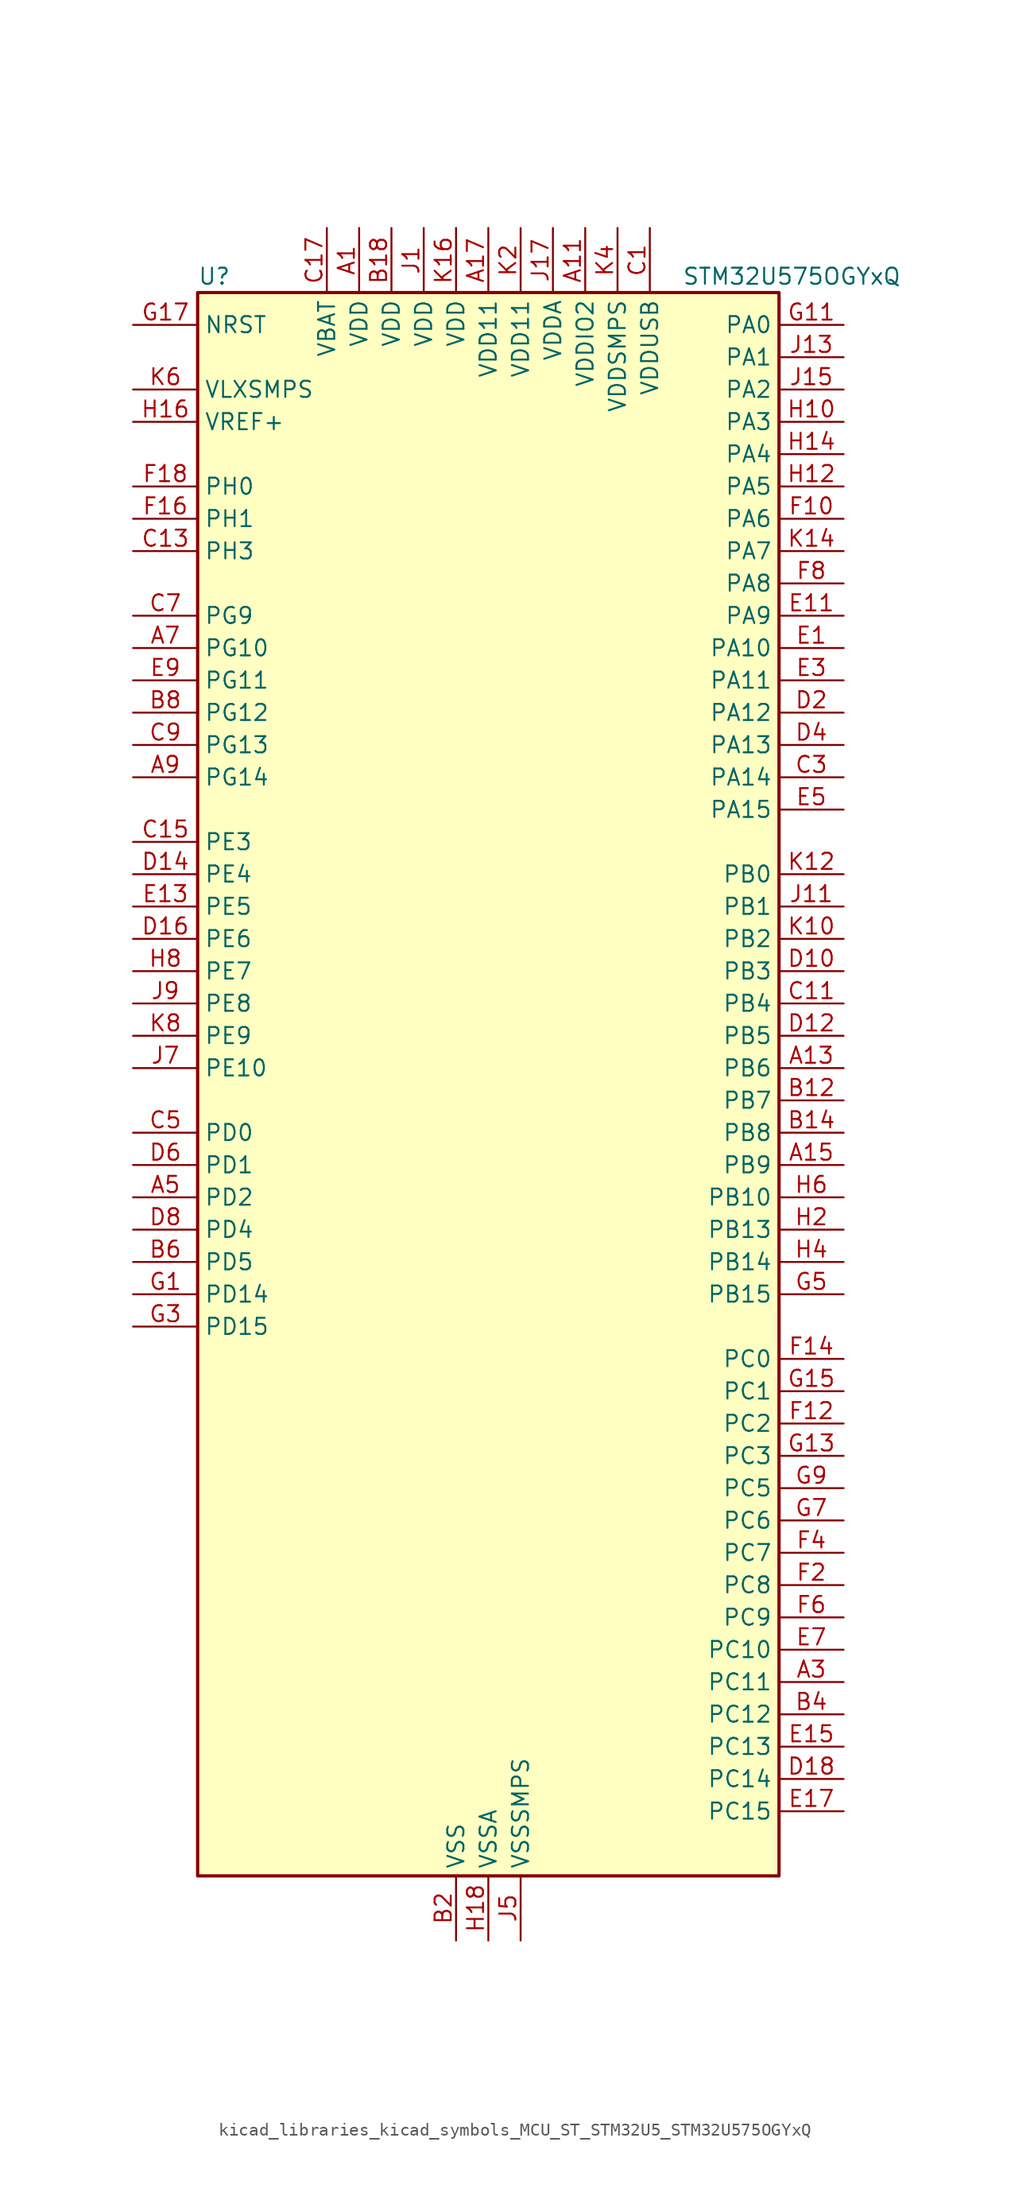
<source format=kicad_sym>
(kicad_symbol_lib
  (version 20220914)
  (generator kicad_symbol_editor)
  (symbol "kicad_libraries_kicad_symbols_MCU_ST_STM32U5_STM32U575OGYxQ"
    (property "Reference" "U"
      (at -22.86 64.77 0)
      (effects (font (size 1.27 1.27)) (justify left)))
    (property "Value" "STM32U575OGYxQ"
      (at 15.24 64.77 0)
      (effects (font (size 1.27 1.27)) (justify left)))
    (property "ki_locked" ""
      (at 0 0 0)
      (effects (font (size 1.27 1.27))))
    (symbol "kicad_libraries_kicad_symbols_MCU_ST_STM32U5_STM32U575OGYxQ_0_1"
      (rectangle (start -22.86 -60.96) (end 22.86 63.5) (stroke (width 0.254) (type default)) (fill (type background))))
    (symbol "kicad_libraries_kicad_symbols_MCU_ST_STM32U5_STM32U575OGYxQ_1_1"
      (pin power_in line (at -10.16 68.58 270) (length 5.08) (name "VDD" (effects (font (size 1.27 1.27)))) (number "A1" (effects (font (size 1.27 1.27)))))
      (pin power_in line (at 7.62 68.58 270) (length 5.08) (name "VDDIO2" (effects (font (size 1.27 1.27)))) (number "A11" (effects (font (size 1.27 1.27)))))
      (pin bidirectional line (at 27.94 2.54 180) (length 5.08) (name "PB6" (effects (font (size 1.27 1.27)))) (number "A13" (effects (font (size 1.27 1.27)))) (alternate "COMP2_INP" bidirectional line) (alternate "DCMI_D5" bidirectional line) (alternate "I2C1_SCL" bidirectional line) (alternate "I2C4_SCL" bidirectional line) (alternate "LPTIM1_ETR" bidirectional line) (alternate "MDF1_SDI5" bidirectional line) (alternate "PSSI_D5" bidirectional line) (alternate "PWR_WKUP3" bidirectional line) (alternate "SAI1_FS_B" bidirectional line) (alternate "TIM16_CH1N" bidirectional line) (alternate "TIM4_CH1" bidirectional line) (alternate "TIM8_BKIN2" bidirectional line) (alternate "TSC_G2_IO3" bidirectional line) (alternate "USART1_TX" bidirectional line))
      (pin bidirectional line (at 27.94 -5.08 180) (length 5.08) (name "PB9" (effects (font (size 1.27 1.27)))) (number "A15" (effects (font (size 1.27 1.27)))) (alternate "DAC1_EXTI9" bidirectional line) (alternate "DCMI_D7" bidirectional line) (alternate "FDCAN1_TX" bidirectional line) (alternate "I2C1_SDA" bidirectional line) (alternate "IR_OUT" bidirectional line) (alternate "PSSI_D7" bidirectional line) (alternate "SAI1_D2" bidirectional line) (alternate "SAI1_FS_A" bidirectional line) (alternate "SDMMC1_CDIR" bidirectional line) (alternate "SDMMC1_D5" bidirectional line) (alternate "SDMMC2_D5" bidirectional line) (alternate "SPI2_NSS" bidirectional line) (alternate "TIM17_CH1" bidirectional line) (alternate "TIM4_CH4" bidirectional line))
      (pin power_in line (at 0 68.58 270) (length 5.08) (name "VDD11" (effects (font (size 1.27 1.27)))) (number "A17" (effects (font (size 1.27 1.27)))))
      (pin bidirectional line (at 27.94 -45.72 180) (length 5.08) (name "PC11" (effects (font (size 1.27 1.27)))) (number "A3" (effects (font (size 1.27 1.27)))) (alternate "ADC1_EXTI11" bidirectional line) (alternate "ADF1_SDI0" bidirectional line) (alternate "DCMI_D2" bidirectional line) (alternate "DCMI_D4" bidirectional line) (alternate "LPTIM3_IN1" bidirectional line) (alternate "OCTOSPIM_P1_NCS" bidirectional line) (alternate "PSSI_D2" bidirectional line) (alternate "PSSI_D4" bidirectional line) (alternate "SDMMC1_D3" bidirectional line) (alternate "SPI3_MISO" bidirectional line) (alternate "TSC_G3_IO3" bidirectional line) (alternate "UART4_RX" bidirectional line) (alternate "UCPD1_FRSTX2" bidirectional line) (alternate "USART3_RX" bidirectional line))
      (pin bidirectional line (at -27.94 -7.62 0) (length 5.08) (name "PD2" (effects (font (size 1.27 1.27)))) (number "A5" (effects (font (size 1.27 1.27)))) (alternate "DCMI_D11" bidirectional line) (alternate "DEBUG_TRACED2" bidirectional line) (alternate "LPTIM4_ETR" bidirectional line) (alternate "PSSI_D11" bidirectional line) (alternate "SDMMC1_CMD" bidirectional line) (alternate "TIM3_ETR" bidirectional line) (alternate "TSC_SYNC" bidirectional line) (alternate "UART5_RX" bidirectional line) (alternate "USART3_DE" bidirectional line) (alternate "USART3_RTS" bidirectional line))
      (pin bidirectional line (at -27.94 35.56 0) (length 5.08) (name "PG10" (effects (font (size 1.27 1.27)))) (number "A7" (effects (font (size 1.27 1.27)))) (alternate "FMC_NE3" bidirectional line) (alternate "LPTIM1_IN1" bidirectional line) (alternate "OCTOSPIM_P2_IO7" bidirectional line) (alternate "SPI3_MISO" bidirectional line) (alternate "TIM15_CH1" bidirectional line) (alternate "USART1_RX" bidirectional line))
      (pin bidirectional line (at -27.94 25.4 0) (length 5.08) (name "PG14" (effects (font (size 1.27 1.27)))) (number "A9" (effects (font (size 1.27 1.27)))) (alternate "FMC_A25" bidirectional line) (alternate "I2C1_SCL" bidirectional line) (alternate "LPTIM1_CH2" bidirectional line))
      (pin passive line (at -2.54 -66.04 90) (length 5.08) hide (name "VSS" (effects (font (size 1.27 1.27)))) (number "B10" (effects (font (size 1.27 1.27)))))
      (pin bidirectional line (at 27.94 0 180) (length 5.08) (name "PB7" (effects (font (size 1.27 1.27)))) (number "B12" (effects (font (size 1.27 1.27)))) (alternate "COMP2_INM" bidirectional line) (alternate "DCMI_VSYNC" bidirectional line) (alternate "FMC_NL" bidirectional line) (alternate "I2C1_SDA" bidirectional line) (alternate "I2C4_SDA" bidirectional line) (alternate "LPTIM1_IN2" bidirectional line) (alternate "MDF1_CKI5" bidirectional line) (alternate "PSSI_RDY" bidirectional line) (alternate "PWR_PVD_IN" bidirectional line) (alternate "PWR_WKUP4" bidirectional line) (alternate "TIM17_CH1N" bidirectional line) (alternate "TIM4_CH2" bidirectional line) (alternate "TIM8_BKIN" bidirectional line) (alternate "TSC_G2_IO4" bidirectional line) (alternate "UART4_CTS" bidirectional line) (alternate "USART1_RX" bidirectional line))
      (pin bidirectional line (at 27.94 -2.54 180) (length 5.08) (name "PB8" (effects (font (size 1.27 1.27)))) (number "B14" (effects (font (size 1.27 1.27)))) (alternate "DCMI_D6" bidirectional line) (alternate "FDCAN1_RX" bidirectional line) (alternate "I2C1_SCL" bidirectional line) (alternate "MDF1_CCK0" bidirectional line) (alternate "PSSI_D6" bidirectional line) (alternate "PWR_WKUP5" bidirectional line) (alternate "SAI1_CK1" bidirectional line) (alternate "SAI1_MCLK_A" bidirectional line) (alternate "SDMMC1_CKIN" bidirectional line) (alternate "SDMMC1_D4" bidirectional line) (alternate "SDMMC2_D4" bidirectional line) (alternate "SPI3_RDY" bidirectional line) (alternate "TIM16_CH1" bidirectional line) (alternate "TIM4_CH3" bidirectional line))
      (pin passive line (at -2.54 -66.04 90) (length 5.08) hide (name "VSS" (effects (font (size 1.27 1.27)))) (number "B16" (effects (font (size 1.27 1.27)))))
      (pin power_in line (at -7.62 68.58 270) (length 5.08) (name "VDD" (effects (font (size 1.27 1.27)))) (number "B18" (effects (font (size 1.27 1.27)))))
      (pin power_in line (at -2.54 -66.04 90) (length 5.08) (name "VSS" (effects (font (size 1.27 1.27)))) (number "B2" (effects (font (size 1.27 1.27)))))
      (pin bidirectional line (at 27.94 -48.26 180) (length 5.08) (name "PC12" (effects (font (size 1.27 1.27)))) (number "B4" (effects (font (size 1.27 1.27)))) (alternate "DCMI_D9" bidirectional line) (alternate "DEBUG_TRACED3" bidirectional line) (alternate "PSSI_D9" bidirectional line) (alternate "SDMMC1_CK" bidirectional line) (alternate "SPI3_MOSI" bidirectional line) (alternate "TSC_G3_IO4" bidirectional line) (alternate "UART5_TX" bidirectional line) (alternate "USART3_CK" bidirectional line))
      (pin bidirectional line (at -27.94 -12.7 0) (length 5.08) (name "PD5" (effects (font (size 1.27 1.27)))) (number "B6" (effects (font (size 1.27 1.27)))) (alternate "FMC_NWE" bidirectional line) (alternate "OCTOSPIM_P1_IO5" bidirectional line) (alternate "SPI2_RDY" bidirectional line) (alternate "USART2_TX" bidirectional line))
      (pin bidirectional line (at -27.94 30.48 0) (length 5.08) (name "PG12" (effects (font (size 1.27 1.27)))) (number "B8" (effects (font (size 1.27 1.27)))) (alternate "FMC_NE4" bidirectional line) (alternate "LPTIM1_ETR" bidirectional line) (alternate "OCTOSPIM_P2_NCS" bidirectional line) (alternate "SPI3_NSS" bidirectional line) (alternate "USART1_DE" bidirectional line) (alternate "USART1_RTS" bidirectional line))
      (pin power_in line (at 12.7 68.58 270) (length 5.08) (name "VDDUSB" (effects (font (size 1.27 1.27)))) (number "C1" (effects (font (size 1.27 1.27)))))
      (pin bidirectional line (at 27.94 7.62 180) (length 5.08) (name "PB4" (effects (font (size 1.27 1.27)))) (number "C11" (effects (font (size 1.27 1.27)))) (alternate "ADF1_SDI0" bidirectional line) (alternate "COMP2_INP" bidirectional line) (alternate "DCMI_D12" bidirectional line) (alternate "DEBUG_JTRST" bidirectional line) (alternate "I2C3_SDA" bidirectional line) (alternate "LPTIM1_CH2" bidirectional line) (alternate "PSSI_D12" bidirectional line) (alternate "SAI1_MCLK_B" bidirectional line) (alternate "SDMMC2_D3" bidirectional line) (alternate "SPI1_MISO" bidirectional line) (alternate "SPI3_MISO" bidirectional line) (alternate "TIM17_BKIN" bidirectional line) (alternate "TIM3_CH1" bidirectional line) (alternate "TSC_G2_IO1" bidirectional line) (alternate "UART5_DE" bidirectional line) (alternate "UART5_RTS" bidirectional line) (alternate "USART1_CTS" bidirectional line))
      (pin bidirectional line (at -27.94 43.18 0) (length 5.08) (name "PH3" (effects (font (size 1.27 1.27)))) (number "C13" (effects (font (size 1.27 1.27)))))
      (pin bidirectional line (at -27.94 20.32 0) (length 5.08) (name "PE3" (effects (font (size 1.27 1.27)))) (number "C15" (effects (font (size 1.27 1.27)))) (alternate "DEBUG_TRACED0" bidirectional line) (alternate "FMC_A19" bidirectional line) (alternate "OCTOSPIM_P1_DQS" bidirectional line) (alternate "SAI1_SD_B" bidirectional line) (alternate "TAMP_IN6" bidirectional line) (alternate "TAMP_OUT3" bidirectional line) (alternate "TIM3_CH1" bidirectional line) (alternate "TSC_G7_IO2" bidirectional line))
      (pin power_in line (at -12.7 68.58 270) (length 5.08) (name "VBAT" (effects (font (size 1.27 1.27)))) (number "C17" (effects (font (size 1.27 1.27)))))
      (pin bidirectional line (at 27.94 25.4 180) (length 5.08) (name "PA14" (effects (font (size 1.27 1.27)))) (number "C3" (effects (font (size 1.27 1.27)))) (alternate "DEBUG_JTCK-SWCLK" bidirectional line) (alternate "I2C1_SMBA" bidirectional line) (alternate "I2C4_SMBA" bidirectional line) (alternate "LPTIM1_CH1" bidirectional line) (alternate "SAI1_FS_B" bidirectional line) (alternate "USB_OTG_FS_SOF" bidirectional line))
      (pin bidirectional line (at -27.94 -2.54 0) (length 5.08) (name "PD0" (effects (font (size 1.27 1.27)))) (number "C5" (effects (font (size 1.27 1.27)))) (alternate "FDCAN1_RX" bidirectional line) (alternate "FMC_D2" bidirectional line) (alternate "FMC_DA2" bidirectional line) (alternate "SPI2_NSS" bidirectional line) (alternate "TIM8_CH4N" bidirectional line))
      (pin bidirectional line (at -27.94 38.1 0) (length 5.08) (name "PG9" (effects (font (size 1.27 1.27)))) (number "C7" (effects (font (size 1.27 1.27)))) (alternate "DAC1_EXTI9" bidirectional line) (alternate "FMC_NCE" bidirectional line) (alternate "FMC_NE2" bidirectional line) (alternate "OCTOSPIM_P2_IO6" bidirectional line) (alternate "SPI3_SCK" bidirectional line) (alternate "TIM15_CH1N" bidirectional line) (alternate "USART1_TX" bidirectional line))
      (pin bidirectional line (at -27.94 27.94 0) (length 5.08) (name "PG13" (effects (font (size 1.27 1.27)))) (number "C9" (effects (font (size 1.27 1.27)))) (alternate "FMC_A24" bidirectional line) (alternate "I2C1_SDA" bidirectional line) (alternate "SPI3_RDY" bidirectional line) (alternate "USART1_CK" bidirectional line))
      (pin bidirectional line (at 27.94 10.16 180) (length 5.08) (name "PB3" (effects (font (size 1.27 1.27)))) (number "D10" (effects (font (size 1.27 1.27)))) (alternate "ADF1_CCK0" bidirectional line) (alternate "COMP2_INM" bidirectional line) (alternate "CRS_SYNC" bidirectional line) (alternate "DEBUG_JTDO-SWO" bidirectional line) (alternate "I2C1_SDA" bidirectional line) (alternate "LPTIM1_CH1" bidirectional line) (alternate "SAI1_SCK_B" bidirectional line) (alternate "SDMMC2_D2" bidirectional line) (alternate "SPI1_SCK" bidirectional line) (alternate "SPI3_SCK" bidirectional line) (alternate "TIM2_CH2" bidirectional line) (alternate "USART1_DE" bidirectional line) (alternate "USART1_RTS" bidirectional line))
      (pin bidirectional line (at 27.94 5.08 180) (length 5.08) (name "PB5" (effects (font (size 1.27 1.27)))) (number "D12" (effects (font (size 1.27 1.27)))) (alternate "COMP2_OUT" bidirectional line) (alternate "DCMI_D10" bidirectional line) (alternate "I2C1_SMBA" bidirectional line) (alternate "LPTIM1_IN1" bidirectional line) (alternate "OCTOSPIM_P1_NCLK" bidirectional line) (alternate "PSSI_D10" bidirectional line) (alternate "PWR_WKUP6" bidirectional line) (alternate "SAI1_SD_B" bidirectional line) (alternate "SPI1_MOSI" bidirectional line) (alternate "SPI3_MOSI" bidirectional line) (alternate "TIM16_BKIN" bidirectional line) (alternate "TIM3_CH2" bidirectional line) (alternate "TSC_G2_IO2" bidirectional line) (alternate "UART5_CTS" bidirectional line) (alternate "UCPD1_DBCC1" bidirectional line) (alternate "USART1_CK" bidirectional line))
      (pin bidirectional line (at -27.94 17.78 0) (length 5.08) (name "PE4" (effects (font (size 1.27 1.27)))) (number "D14" (effects (font (size 1.27 1.27)))) (alternate "DCMI_D4" bidirectional line) (alternate "DEBUG_TRACED1" bidirectional line) (alternate "FMC_A20" bidirectional line) (alternate "MDF1_SDI3" bidirectional line) (alternate "PSSI_D4" bidirectional line) (alternate "PWR_WKUP1" bidirectional line) (alternate "SAI1_D2" bidirectional line) (alternate "SAI1_FS_A" bidirectional line) (alternate "TAMP_IN7" bidirectional line) (alternate "TAMP_OUT8" bidirectional line) (alternate "TIM3_CH2" bidirectional line) (alternate "TSC_G7_IO3" bidirectional line))
      (pin bidirectional line (at -27.94 12.7 0) (length 5.08) (name "PE6" (effects (font (size 1.27 1.27)))) (number "D16" (effects (font (size 1.27 1.27)))) (alternate "DCMI_D7" bidirectional line) (alternate "DEBUG_TRACED3" bidirectional line) (alternate "FMC_A22" bidirectional line) (alternate "PSSI_D7" bidirectional line) (alternate "PWR_WKUP3" bidirectional line) (alternate "SAI1_D1" bidirectional line) (alternate "SAI1_SD_A" bidirectional line) (alternate "TAMP_IN3" bidirectional line) (alternate "TAMP_OUT6" bidirectional line) (alternate "TIM3_CH4" bidirectional line))
      (pin bidirectional line (at 27.94 -53.34 180) (length 5.08) (name "PC14" (effects (font (size 1.27 1.27)))) (number "D18" (effects (font (size 1.27 1.27)))) (alternate "RCC_OSC32_IN" bidirectional line))
      (pin bidirectional line (at 27.94 30.48 180) (length 5.08) (name "PA12" (effects (font (size 1.27 1.27)))) (number "D2" (effects (font (size 1.27 1.27)))) (alternate "FDCAN1_TX" bidirectional line) (alternate "OCTOSPIM_P2_NCS" bidirectional line) (alternate "SPI1_MOSI" bidirectional line) (alternate "TIM1_ETR" bidirectional line) (alternate "USART1_DE" bidirectional line) (alternate "USART1_RTS" bidirectional line) (alternate "USB_OTG_FS_DP" bidirectional line))
      (pin bidirectional line (at 27.94 27.94 180) (length 5.08) (name "PA13" (effects (font (size 1.27 1.27)))) (number "D4" (effects (font (size 1.27 1.27)))) (alternate "DEBUG_JTMS-SWDIO" bidirectional line) (alternate "IR_OUT" bidirectional line) (alternate "SAI1_SD_B" bidirectional line) (alternate "USB_OTG_FS_NOE" bidirectional line))
      (pin bidirectional line (at -27.94 -5.08 0) (length 5.08) (name "PD1" (effects (font (size 1.27 1.27)))) (number "D6" (effects (font (size 1.27 1.27)))) (alternate "FDCAN1_TX" bidirectional line) (alternate "FMC_D3" bidirectional line) (alternate "FMC_DA3" bidirectional line) (alternate "SPI2_SCK" bidirectional line))
      (pin bidirectional line (at -27.94 -10.16 0) (length 5.08) (name "PD4" (effects (font (size 1.27 1.27)))) (number "D8" (effects (font (size 1.27 1.27)))) (alternate "FMC_NOE" bidirectional line) (alternate "MDF1_CKI0" bidirectional line) (alternate "OCTOSPIM_P1_IO4" bidirectional line) (alternate "SPI2_MOSI" bidirectional line) (alternate "USART2_DE" bidirectional line) (alternate "USART2_RTS" bidirectional line))
      (pin bidirectional line (at 27.94 35.56 180) (length 5.08) (name "PA10" (effects (font (size 1.27 1.27)))) (number "E1" (effects (font (size 1.27 1.27)))) (alternate "CRS_SYNC" bidirectional line) (alternate "DCMI_D1" bidirectional line) (alternate "LPTIM2_IN2" bidirectional line) (alternate "PSSI_D1" bidirectional line) (alternate "SAI1_D1" bidirectional line) (alternate "SAI1_SD_A" bidirectional line) (alternate "TIM17_BKIN" bidirectional line) (alternate "TIM1_CH3" bidirectional line) (alternate "USART1_RX" bidirectional line) (alternate "USB_OTG_FS_ID" bidirectional line))
      (pin bidirectional line (at 27.94 38.1 180) (length 5.08) (name "PA9" (effects (font (size 1.27 1.27)))) (number "E11" (effects (font (size 1.27 1.27)))) (alternate "DAC1_EXTI9" bidirectional line) (alternate "DCMI_D0" bidirectional line) (alternate "PSSI_D0" bidirectional line) (alternate "SAI1_FS_A" bidirectional line) (alternate "SPI2_SCK" bidirectional line) (alternate "TIM15_BKIN" bidirectional line) (alternate "TIM1_CH2" bidirectional line) (alternate "USART1_TX" bidirectional line) (alternate "USB_OTG_FS_VBUS" bidirectional line))
      (pin bidirectional line (at -27.94 15.24 0) (length 5.08) (name "PE5" (effects (font (size 1.27 1.27)))) (number "E13" (effects (font (size 1.27 1.27)))) (alternate "DCMI_D6" bidirectional line) (alternate "DEBUG_TRACED2" bidirectional line) (alternate "FMC_A21" bidirectional line) (alternate "MDF1_CKI3" bidirectional line) (alternate "PSSI_D6" bidirectional line) (alternate "PWR_WKUP2" bidirectional line) (alternate "SAI1_CK2" bidirectional line) (alternate "SAI1_SCK_A" bidirectional line) (alternate "TAMP_IN8" bidirectional line) (alternate "TAMP_OUT7" bidirectional line) (alternate "TIM3_CH3" bidirectional line) (alternate "TSC_G7_IO4" bidirectional line))
      (pin bidirectional line (at 27.94 -50.8 180) (length 5.08) (name "PC13" (effects (font (size 1.27 1.27)))) (number "E15" (effects (font (size 1.27 1.27)))) (alternate "PWR_WKUP2" bidirectional line) (alternate "RTC_OUT1" bidirectional line) (alternate "RTC_TS" bidirectional line) (alternate "TAMP_IN1" bidirectional line) (alternate "TAMP_OUT2" bidirectional line))
      (pin bidirectional line (at 27.94 -55.88 180) (length 5.08) (name "PC15" (effects (font (size 1.27 1.27)))) (number "E17" (effects (font (size 1.27 1.27)))) (alternate "ADC1_EXTI15" bidirectional line) (alternate "ADC4_EXTI15" bidirectional line) (alternate "RCC_OSC32_OUT" bidirectional line))
      (pin bidirectional line (at 27.94 33.02 180) (length 5.08) (name "PA11" (effects (font (size 1.27 1.27)))) (number "E3" (effects (font (size 1.27 1.27)))) (alternate "ADC1_EXTI11" bidirectional line) (alternate "FDCAN1_RX" bidirectional line) (alternate "SPI1_MISO" bidirectional line) (alternate "TIM1_BKIN2" bidirectional line) (alternate "TIM1_CH4" bidirectional line) (alternate "USART1_CTS" bidirectional line) (alternate "USB_OTG_FS_DM" bidirectional line))
      (pin bidirectional line (at 27.94 22.86 180) (length 5.08) (name "PA15" (effects (font (size 1.27 1.27)))) (number "E5" (effects (font (size 1.27 1.27)))) (alternate "ADC1_EXTI15" bidirectional line) (alternate "ADC4_EXTI15" bidirectional line) (alternate "DEBUG_JTDI" bidirectional line) (alternate "SPI1_NSS" bidirectional line) (alternate "SPI3_NSS" bidirectional line) (alternate "TIM2_CH1" bidirectional line) (alternate "TIM2_ETR" bidirectional line) (alternate "UART4_DE" bidirectional line) (alternate "UART4_RTS" bidirectional line) (alternate "UCPD1_CC1" bidirectional line) (alternate "USART2_RX" bidirectional line) (alternate "USART3_DE" bidirectional line) (alternate "USART3_RTS" bidirectional line))
      (pin bidirectional line (at 27.94 -43.18 180) (length 5.08) (name "PC10" (effects (font (size 1.27 1.27)))) (number "E7" (effects (font (size 1.27 1.27)))) (alternate "ADF1_CCK1" bidirectional line) (alternate "DCMI_D8" bidirectional line) (alternate "DEBUG_TRACED1" bidirectional line) (alternate "LPTIM3_ETR" bidirectional line) (alternate "PSSI_D8" bidirectional line) (alternate "SDMMC1_D2" bidirectional line) (alternate "SPI3_SCK" bidirectional line) (alternate "TSC_G3_IO2" bidirectional line) (alternate "UART4_TX" bidirectional line) (alternate "USART3_TX" bidirectional line))
      (pin bidirectional line (at -27.94 33.02 0) (length 5.08) (name "PG11" (effects (font (size 1.27 1.27)))) (number "E9" (effects (font (size 1.27 1.27)))) (alternate "ADC1_EXTI11" bidirectional line) (alternate "LPTIM1_IN2" bidirectional line) (alternate "OCTOSPIM_P1_IO5" bidirectional line) (alternate "SPI3_MOSI" bidirectional line) (alternate "TIM15_CH2" bidirectional line) (alternate "USART1_CTS" bidirectional line))
      (pin bidirectional line (at 27.94 45.72 180) (length 5.08) (name "PA6" (effects (font (size 1.27 1.27)))) (number "F10" (effects (font (size 1.27 1.27)))) (alternate "ADC1_IN11" bidirectional line) (alternate "ADC4_IN11" bidirectional line) (alternate "DCMI_PIXCLK" bidirectional line) (alternate "LPUART1_CTS" bidirectional line) (alternate "OCTOSPIM_P1_IO3" bidirectional line) (alternate "OPAMP2_VINP" bidirectional line) (alternate "PSSI_PDCK" bidirectional line) (alternate "PWR_CDSTOP" bidirectional line) (alternate "PWR_WKUP7" bidirectional line) (alternate "SPI1_MISO" bidirectional line) (alternate "TIM16_CH1" bidirectional line) (alternate "TIM1_BKIN" bidirectional line) (alternate "TIM3_CH1" bidirectional line) (alternate "TIM8_BKIN" bidirectional line) (alternate "USART3_CTS" bidirectional line))
      (pin bidirectional line (at 27.94 -25.4 180) (length 5.08) (name "PC2" (effects (font (size 1.27 1.27)))) (number "F12" (effects (font (size 1.27 1.27)))) (alternate "ADC1_IN3" bidirectional line) (alternate "ADC4_IN3" bidirectional line) (alternate "LPTIM1_IN2" bidirectional line) (alternate "MDF1_CCK1" bidirectional line) (alternate "OCTOSPIM_P1_IO5" bidirectional line) (alternate "SPI2_MISO" bidirectional line))
      (pin bidirectional line (at 27.94 -20.32 180) (length 5.08) (name "PC0" (effects (font (size 1.27 1.27)))) (number "F14" (effects (font (size 1.27 1.27)))) (alternate "ADC1_IN1" bidirectional line) (alternate "ADC4_IN1" bidirectional line) (alternate "I2C3_SCL" bidirectional line) (alternate "LPTIM1_IN1" bidirectional line) (alternate "LPTIM2_IN1" bidirectional line) (alternate "LPUART1_RX" bidirectional line) (alternate "MDF1_SDI4" bidirectional line) (alternate "OCTOSPIM_P1_IO7" bidirectional line) (alternate "SDMMC1_D5" bidirectional line) (alternate "SPI2_RDY" bidirectional line))
      (pin bidirectional line (at -27.94 45.72 0) (length 5.08) (name "PH1" (effects (font (size 1.27 1.27)))) (number "F16" (effects (font (size 1.27 1.27)))) (alternate "RCC_OSC_OUT" bidirectional line))
      (pin bidirectional line (at -27.94 48.26 0) (length 5.08) (name "PH0" (effects (font (size 1.27 1.27)))) (number "F18" (effects (font (size 1.27 1.27)))) (alternate "RCC_OSC_IN" bidirectional line))
      (pin bidirectional line (at 27.94 -38.1 180) (length 5.08) (name "PC8" (effects (font (size 1.27 1.27)))) (number "F2" (effects (font (size 1.27 1.27)))) (alternate "DCMI_D2" bidirectional line) (alternate "LPTIM3_CH1" bidirectional line) (alternate "PSSI_D2" bidirectional line) (alternate "PWR_SRDSTOP" bidirectional line) (alternate "SDMMC1_D0" bidirectional line) (alternate "TIM3_CH3" bidirectional line) (alternate "TIM8_CH3" bidirectional line) (alternate "TSC_G4_IO3" bidirectional line))
      (pin bidirectional line (at 27.94 -35.56 180) (length 5.08) (name "PC7" (effects (font (size 1.27 1.27)))) (number "F4" (effects (font (size 1.27 1.27)))) (alternate "DCMI_D1" bidirectional line) (alternate "LPTIM2_CH2" bidirectional line) (alternate "MDF1_SDI3" bidirectional line) (alternate "PSSI_D1" bidirectional line) (alternate "PWR_CDSTOP" bidirectional line) (alternate "SDMMC1_D123DIR" bidirectional line) (alternate "SDMMC1_D7" bidirectional line) (alternate "SDMMC2_D7" bidirectional line) (alternate "TIM3_CH2" bidirectional line) (alternate "TIM8_CH2" bidirectional line) (alternate "TSC_G4_IO2" bidirectional line))
      (pin bidirectional line (at 27.94 -40.64 180) (length 5.08) (name "PC9" (effects (font (size 1.27 1.27)))) (number "F6" (effects (font (size 1.27 1.27)))) (alternate "DAC1_EXTI9" bidirectional line) (alternate "DCMI_D3" bidirectional line) (alternate "DEBUG_TRACED0" bidirectional line) (alternate "LPTIM3_CH2" bidirectional line) (alternate "PSSI_D3" bidirectional line) (alternate "SDMMC1_D1" bidirectional line) (alternate "TIM3_CH4" bidirectional line) (alternate "TIM8_BKIN2" bidirectional line) (alternate "TIM8_CH4" bidirectional line) (alternate "TSC_G4_IO4" bidirectional line) (alternate "USB_OTG_FS_NOE" bidirectional line))
      (pin bidirectional line (at 27.94 40.64 180) (length 5.08) (name "PA8" (effects (font (size 1.27 1.27)))) (number "F8" (effects (font (size 1.27 1.27)))) (alternate "DEBUG_TRACECLK" bidirectional line) (alternate "LPTIM2_CH1" bidirectional line) (alternate "RCC_MCO" bidirectional line) (alternate "SAI1_CK2" bidirectional line) (alternate "SAI1_SCK_A" bidirectional line) (alternate "SPI1_RDY" bidirectional line) (alternate "TIM1_CH1" bidirectional line) (alternate "USART1_CK" bidirectional line) (alternate "USB_OTG_FS_SOF" bidirectional line))
      (pin bidirectional line (at -27.94 -15.24 0) (length 5.08) (name "PD14" (effects (font (size 1.27 1.27)))) (number "G1" (effects (font (size 1.27 1.27)))) (alternate "FMC_D0" bidirectional line) (alternate "FMC_DA0" bidirectional line) (alternate "LPTIM3_CH1" bidirectional line) (alternate "TIM4_CH3" bidirectional line))
      (pin bidirectional line (at 27.94 60.96 180) (length 5.08) (name "PA0" (effects (font (size 1.27 1.27)))) (number "G11" (effects (font (size 1.27 1.27)))) (alternate "ADC1_IN5" bidirectional line) (alternate "AUDIOCLK" bidirectional line) (alternate "OCTOSPIM_P2_NCS" bidirectional line) (alternate "OPAMP1_VINP" bidirectional line) (alternate "PWR_WKUP1" bidirectional line) (alternate "SDMMC2_CMD" bidirectional line) (alternate "SPI3_RDY" bidirectional line) (alternate "TAMP_IN2" bidirectional line) (alternate "TAMP_OUT1" bidirectional line) (alternate "TIM2_CH1" bidirectional line) (alternate "TIM2_ETR" bidirectional line) (alternate "TIM5_CH1" bidirectional line) (alternate "TIM8_ETR" bidirectional line) (alternate "UART4_TX" bidirectional line) (alternate "USART2_CTS" bidirectional line))
      (pin bidirectional line (at 27.94 -27.94 180) (length 5.08) (name "PC3" (effects (font (size 1.27 1.27)))) (number "G13" (effects (font (size 1.27 1.27)))) (alternate "ADC1_IN4" bidirectional line) (alternate "ADC4_IN4" bidirectional line) (alternate "LPTIM1_ETR" bidirectional line) (alternate "LPTIM2_ETR" bidirectional line) (alternate "LPTIM3_CH1" bidirectional line) (alternate "OCTOSPIM_P1_IO6" bidirectional line) (alternate "SAI1_D1" bidirectional line) (alternate "SAI1_SD_A" bidirectional line) (alternate "SPI2_MOSI" bidirectional line))
      (pin bidirectional line (at 27.94 -22.86 180) (length 5.08) (name "PC1" (effects (font (size 1.27 1.27)))) (number "G15" (effects (font (size 1.27 1.27)))) (alternate "ADC1_IN2" bidirectional line) (alternate "ADC4_IN2" bidirectional line) (alternate "DEBUG_TRACED0" bidirectional line) (alternate "I2C3_SDA" bidirectional line) (alternate "LPTIM1_CH1" bidirectional line) (alternate "LPUART1_TX" bidirectional line) (alternate "MDF1_CKI4" bidirectional line) (alternate "OCTOSPIM_P1_IO4" bidirectional line) (alternate "SAI1_SD_A" bidirectional line) (alternate "SDMMC2_CK" bidirectional line) (alternate "SPI2_MOSI" bidirectional line))
      (pin input line (at -27.94 60.96 0) (length 5.08) (name "NRST" (effects (font (size 1.27 1.27)))) (number "G17" (effects (font (size 1.27 1.27)))))
      (pin bidirectional line (at -27.94 -17.78 0) (length 5.08) (name "PD15" (effects (font (size 1.27 1.27)))) (number "G3" (effects (font (size 1.27 1.27)))) (alternate "ADC1_EXTI15" bidirectional line) (alternate "ADC4_EXTI15" bidirectional line) (alternate "FMC_D1" bidirectional line) (alternate "FMC_DA1" bidirectional line) (alternate "LPTIM3_CH2" bidirectional line) (alternate "TIM4_CH4" bidirectional line))
      (pin bidirectional line (at 27.94 -15.24 180) (length 5.08) (name "PB15" (effects (font (size 1.27 1.27)))) (number "G5" (effects (font (size 1.27 1.27)))) (alternate "ADC1_EXTI15" bidirectional line) (alternate "ADC4_EXTI15" bidirectional line) (alternate "FMC_NBL1" bidirectional line) (alternate "LPTIM2_IN2" bidirectional line) (alternate "MDF1_CKI2" bidirectional line) (alternate "PWR_WKUP7" bidirectional line) (alternate "RTC_REFIN" bidirectional line) (alternate "SDMMC2_D1" bidirectional line) (alternate "SPI2_MOSI" bidirectional line) (alternate "TIM15_CH2" bidirectional line) (alternate "TIM1_CH3N" bidirectional line) (alternate "TIM8_CH3N" bidirectional line) (alternate "UCPD1_CC2" bidirectional line))
      (pin bidirectional line (at 27.94 -33.02 180) (length 5.08) (name "PC6" (effects (font (size 1.27 1.27)))) (number "G7" (effects (font (size 1.27 1.27)))) (alternate "DCMI_D0" bidirectional line) (alternate "MDF1_CKI3" bidirectional line) (alternate "PSSI_D0" bidirectional line) (alternate "PWR_CSLEEP" bidirectional line) (alternate "SDMMC1_D0DIR" bidirectional line) (alternate "SDMMC1_D6" bidirectional line) (alternate "SDMMC2_D6" bidirectional line) (alternate "TIM3_CH1" bidirectional line) (alternate "TIM8_CH1" bidirectional line) (alternate "TSC_G4_IO1" bidirectional line))
      (pin bidirectional line (at 27.94 -30.48 180) (length 5.08) (name "PC5" (effects (font (size 1.27 1.27)))) (number "G9" (effects (font (size 1.27 1.27)))) (alternate "ADC1_IN14" bidirectional line) (alternate "ADC4_IN23" bidirectional line) (alternate "COMP1_INP" bidirectional line) (alternate "PSSI_D15" bidirectional line) (alternate "PWR_WKUP5" bidirectional line) (alternate "SAI1_D3" bidirectional line) (alternate "TAMP_IN4" bidirectional line) (alternate "TAMP_OUT5" bidirectional line) (alternate "TIM1_CH4N" bidirectional line) (alternate "USART3_RX" bidirectional line))
      (pin bidirectional line (at 27.94 53.34 180) (length 5.08) (name "PA3" (effects (font (size 1.27 1.27)))) (number "H10" (effects (font (size 1.27 1.27)))) (alternate "ADC1_IN8" bidirectional line) (alternate "LPUART1_RX" bidirectional line) (alternate "OCTOSPIM_P1_CLK" bidirectional line) (alternate "OPAMP1_VOUT" bidirectional line) (alternate "PWR_WKUP5" bidirectional line) (alternate "SAI1_CK1" bidirectional line) (alternate "SAI1_MCLK_A" bidirectional line) (alternate "TIM15_CH2" bidirectional line) (alternate "TIM2_CH4" bidirectional line) (alternate "TIM5_CH4" bidirectional line) (alternate "USART2_RX" bidirectional line))
      (pin bidirectional line (at 27.94 48.26 180) (length 5.08) (name "PA5" (effects (font (size 1.27 1.27)))) (number "H12" (effects (font (size 1.27 1.27)))) (alternate "ADC1_IN10" bidirectional line) (alternate "ADC4_IN10" bidirectional line) (alternate "DAC1_OUT2" bidirectional line) (alternate "LPTIM2_ETR" bidirectional line) (alternate "PSSI_D14" bidirectional line) (alternate "PWR_CSLEEP" bidirectional line) (alternate "PWR_WKUP6" bidirectional line) (alternate "SPI1_SCK" bidirectional line) (alternate "TIM2_CH1" bidirectional line) (alternate "TIM2_ETR" bidirectional line) (alternate "TIM8_CH1N" bidirectional line) (alternate "USART3_RX" bidirectional line))
      (pin bidirectional line (at 27.94 50.8 180) (length 5.08) (name "PA4" (effects (font (size 1.27 1.27)))) (number "H14" (effects (font (size 1.27 1.27)))) (alternate "ADC1_IN9" bidirectional line) (alternate "ADC4_IN9" bidirectional line) (alternate "DAC1_OUT1" bidirectional line) (alternate "DCMI_HSYNC" bidirectional line) (alternate "LPTIM2_CH1" bidirectional line) (alternate "OCTOSPIM_P1_NCS" bidirectional line) (alternate "PSSI_DE" bidirectional line) (alternate "PWR_WKUP2" bidirectional line) (alternate "SAI1_FS_B" bidirectional line) (alternate "SPI1_NSS" bidirectional line) (alternate "SPI3_NSS" bidirectional line) (alternate "USART2_CK" bidirectional line))
      (pin input line (at -27.94 53.34 0) (length 5.08) (name "VREF+" (effects (font (size 1.27 1.27)))) (number "H16" (effects (font (size 1.27 1.27)))) (alternate "VREFBUF_OUT" bidirectional line))
      (pin power_in line (at 0 -66.04 90) (length 5.08) (name "VSSA" (effects (font (size 1.27 1.27)))) (number "H18" (effects (font (size 1.27 1.27)))))
      (pin bidirectional line (at 27.94 -10.16 180) (length 5.08) (name "PB13" (effects (font (size 1.27 1.27)))) (number "H2" (effects (font (size 1.27 1.27)))) (alternate "I2C2_SCL" bidirectional line) (alternate "LPTIM3_IN1" bidirectional line) (alternate "LPUART1_CTS" bidirectional line) (alternate "MDF1_CKI1" bidirectional line) (alternate "SPI2_SCK" bidirectional line) (alternate "TIM15_CH1N" bidirectional line) (alternate "TIM1_CH1N" bidirectional line) (alternate "TSC_G1_IO2" bidirectional line) (alternate "USART3_CTS" bidirectional line))
      (pin bidirectional line (at 27.94 -12.7 180) (length 5.08) (name "PB14" (effects (font (size 1.27 1.27)))) (number "H4" (effects (font (size 1.27 1.27)))) (alternate "I2C2_SDA" bidirectional line) (alternate "LPTIM3_ETR" bidirectional line) (alternate "MDF1_SDI2" bidirectional line) (alternate "SDMMC2_D0" bidirectional line) (alternate "SPI2_MISO" bidirectional line) (alternate "TIM15_CH1" bidirectional line) (alternate "TIM1_CH2N" bidirectional line) (alternate "TIM8_CH2N" bidirectional line) (alternate "TSC_G1_IO3" bidirectional line) (alternate "UCPD1_DBCC2" bidirectional line) (alternate "USART3_DE" bidirectional line) (alternate "USART3_RTS" bidirectional line))
      (pin bidirectional line (at 27.94 -7.62 180) (length 5.08) (name "PB10" (effects (font (size 1.27 1.27)))) (number "H6" (effects (font (size 1.27 1.27)))) (alternate "COMP1_OUT" bidirectional line) (alternate "I2C2_SCL" bidirectional line) (alternate "I2C4_SCL" bidirectional line) (alternate "LPTIM3_CH1" bidirectional line) (alternate "LPUART1_RX" bidirectional line) (alternate "OCTOSPIM_P1_CLK" bidirectional line) (alternate "PWR_WKUP8" bidirectional line) (alternate "SAI1_SCK_A" bidirectional line) (alternate "SPI2_SCK" bidirectional line) (alternate "TIM2_CH3" bidirectional line) (alternate "TSC_SYNC" bidirectional line) (alternate "USART3_TX" bidirectional line))
      (pin bidirectional line (at -27.94 10.16 0) (length 5.08) (name "PE7" (effects (font (size 1.27 1.27)))) (number "H8" (effects (font (size 1.27 1.27)))) (alternate "FMC_D4" bidirectional line) (alternate "FMC_DA4" bidirectional line) (alternate "MDF1_SDI2" bidirectional line) (alternate "PWR_WKUP6" bidirectional line) (alternate "SAI1_SD_B" bidirectional line) (alternate "TIM1_ETR" bidirectional line))
      (pin power_in line (at -5.08 68.58 270) (length 5.08) (name "VDD" (effects (font (size 1.27 1.27)))) (number "J1" (effects (font (size 1.27 1.27)))))
      (pin bidirectional line (at 27.94 15.24 180) (length 5.08) (name "PB1" (effects (font (size 1.27 1.27)))) (number "J11" (effects (font (size 1.27 1.27)))) (alternate "ADC1_IN16" bidirectional line) (alternate "ADC4_IN19" bidirectional line) (alternate "COMP1_INM" bidirectional line) (alternate "LPTIM2_IN1" bidirectional line) (alternate "LPTIM3_CH2" bidirectional line) (alternate "LPUART1_DE" bidirectional line) (alternate "LPUART1_RTS" bidirectional line) (alternate "MDF1_SDI0" bidirectional line) (alternate "OCTOSPIM_P1_IO0" bidirectional line) (alternate "PWR_WKUP4" bidirectional line) (alternate "TIM1_CH3N" bidirectional line) (alternate "TIM3_CH4" bidirectional line) (alternate "TIM8_CH3N" bidirectional line) (alternate "USART3_DE" bidirectional line) (alternate "USART3_RTS" bidirectional line))
      (pin bidirectional line (at 27.94 58.42 180) (length 5.08) (name "PA1" (effects (font (size 1.27 1.27)))) (number "J13" (effects (font (size 1.27 1.27)))) (alternate "ADC1_IN6" bidirectional line) (alternate "I2C1_SMBA" bidirectional line) (alternate "LPTIM1_CH2" bidirectional line) (alternate "OCTOSPIM_P1_DQS" bidirectional line) (alternate "OPAMP1_VINM" bidirectional line) (alternate "PWR_WKUP3" bidirectional line) (alternate "SPI1_SCK" bidirectional line) (alternate "TAMP_IN5" bidirectional line) (alternate "TAMP_OUT4" bidirectional line) (alternate "TIM15_CH1N" bidirectional line) (alternate "TIM2_CH2" bidirectional line) (alternate "TIM5_CH2" bidirectional line) (alternate "UART4_RX" bidirectional line) (alternate "USART2_DE" bidirectional line) (alternate "USART2_RTS" bidirectional line))
      (pin bidirectional line (at 27.94 55.88 180) (length 5.08) (name "PA2" (effects (font (size 1.27 1.27)))) (number "J15" (effects (font (size 1.27 1.27)))) (alternate "ADC1_IN7" bidirectional line) (alternate "COMP1_INP" bidirectional line) (alternate "LPUART1_TX" bidirectional line) (alternate "OCTOSPIM_P1_NCS" bidirectional line) (alternate "PWR_WKUP4" bidirectional line) (alternate "RCC_LSCO" bidirectional line) (alternate "SPI1_RDY" bidirectional line) (alternate "TIM15_CH1" bidirectional line) (alternate "TIM2_CH3" bidirectional line) (alternate "TIM5_CH3" bidirectional line) (alternate "UCPD1_FRSTX1" bidirectional line) (alternate "USART2_TX" bidirectional line))
      (pin power_in line (at 5.08 68.58 270) (length 5.08) (name "VDDA" (effects (font (size 1.27 1.27)))) (number "J17" (effects (font (size 1.27 1.27)))))
      (pin passive line (at -2.54 -66.04 90) (length 5.08) hide (name "VSS" (effects (font (size 1.27 1.27)))) (number "J3" (effects (font (size 1.27 1.27)))))
      (pin power_in line (at 2.54 -66.04 90) (length 5.08) (name "VSSSMPS" (effects (font (size 1.27 1.27)))) (number "J5" (effects (font (size 1.27 1.27)))))
      (pin bidirectional line (at -27.94 2.54 0) (length 5.08) (name "PE10" (effects (font (size 1.27 1.27)))) (number "J7" (effects (font (size 1.27 1.27)))) (alternate "ADF1_SDI0" bidirectional line) (alternate "FMC_D7" bidirectional line) (alternate "FMC_DA7" bidirectional line) (alternate "MDF1_SDI4" bidirectional line) (alternate "OCTOSPIM_P1_CLK" bidirectional line) (alternate "SAI1_MCLK_B" bidirectional line) (alternate "TIM1_CH2N" bidirectional line) (alternate "TSC_G5_IO1" bidirectional line))
      (pin bidirectional line (at -27.94 7.62 0) (length 5.08) (name "PE8" (effects (font (size 1.27 1.27)))) (number "J9" (effects (font (size 1.27 1.27)))) (alternate "FMC_D5" bidirectional line) (alternate "FMC_DA5" bidirectional line) (alternate "MDF1_CKI2" bidirectional line) (alternate "PWR_WKUP7" bidirectional line) (alternate "SAI1_SCK_B" bidirectional line) (alternate "TIM1_CH1N" bidirectional line))
      (pin bidirectional line (at 27.94 12.7 180) (length 5.08) (name "PB2" (effects (font (size 1.27 1.27)))) (number "K10" (effects (font (size 1.27 1.27)))) (alternate "ADC1_IN17" bidirectional line) (alternate "COMP1_INP" bidirectional line) (alternate "I2C3_SMBA" bidirectional line) (alternate "LPTIM1_CH1" bidirectional line) (alternate "MDF1_CKI0" bidirectional line) (alternate "OCTOSPIM_P1_DQS" bidirectional line) (alternate "PWR_WKUP1" bidirectional line) (alternate "RTC_OUT2" bidirectional line) (alternate "SPI1_RDY" bidirectional line) (alternate "TIM8_CH4N" bidirectional line) (alternate "UCPD1_FRSTX1" bidirectional line))
      (pin bidirectional line (at 27.94 17.78 180) (length 5.08) (name "PB0" (effects (font (size 1.27 1.27)))) (number "K12" (effects (font (size 1.27 1.27)))) (alternate "ADC1_IN15" bidirectional line) (alternate "ADC4_IN18" bidirectional line) (alternate "AUDIOCLK" bidirectional line) (alternate "COMP1_OUT" bidirectional line) (alternate "LPTIM3_CH1" bidirectional line) (alternate "OCTOSPIM_P1_IO1" bidirectional line) (alternate "OPAMP2_VOUT" bidirectional line) (alternate "SPI1_NSS" bidirectional line) (alternate "TIM1_CH2N" bidirectional line) (alternate "TIM3_CH3" bidirectional line) (alternate "TIM8_CH2N" bidirectional line) (alternate "USART3_CK" bidirectional line))
      (pin bidirectional line (at 27.94 43.18 180) (length 5.08) (name "PA7" (effects (font (size 1.27 1.27)))) (number "K14" (effects (font (size 1.27 1.27)))) (alternate "ADC1_IN12" bidirectional line) (alternate "ADC4_IN20" bidirectional line) (alternate "I2C3_SCL" bidirectional line) (alternate "LPTIM2_CH2" bidirectional line) (alternate "OCTOSPIM_P1_IO2" bidirectional line) (alternate "OPAMP2_VINM" bidirectional line) (alternate "PWR_SRDSTOP" bidirectional line) (alternate "PWR_WKUP8" bidirectional line) (alternate "SPI1_MOSI" bidirectional line) (alternate "TIM17_CH1" bidirectional line) (alternate "TIM1_CH1N" bidirectional line) (alternate "TIM3_CH2" bidirectional line) (alternate "TIM8_CH1N" bidirectional line) (alternate "USART3_TX" bidirectional line))
      (pin power_in line (at -2.54 68.58 270) (length 5.08) (name "VDD" (effects (font (size 1.27 1.27)))) (number "K16" (effects (font (size 1.27 1.27)))))
      (pin passive line (at -2.54 -66.04 90) (length 5.08) hide (name "VSS" (effects (font (size 1.27 1.27)))) (number "K18" (effects (font (size 1.27 1.27)))))
      (pin power_in line (at 2.54 68.58 270) (length 5.08) (name "VDD11" (effects (font (size 1.27 1.27)))) (number "K2" (effects (font (size 1.27 1.27)))))
      (pin power_in line (at 10.16 68.58 270) (length 5.08) (name "VDDSMPS" (effects (font (size 1.27 1.27)))) (number "K4" (effects (font (size 1.27 1.27)))))
      (pin power_in line (at -27.94 55.88 0) (length 5.08) (name "VLXSMPS" (effects (font (size 1.27 1.27)))) (number "K6" (effects (font (size 1.27 1.27)))))
      (pin bidirectional line (at -27.94 5.08 0) (length 5.08) (name "PE9" (effects (font (size 1.27 1.27)))) (number "K8" (effects (font (size 1.27 1.27)))) (alternate "ADF1_CCK0" bidirectional line) (alternate "DAC1_EXTI9" bidirectional line) (alternate "FMC_D6" bidirectional line) (alternate "FMC_DA6" bidirectional line) (alternate "MDF1_CCK0" bidirectional line) (alternate "OCTOSPIM_P1_NCLK" bidirectional line) (alternate "SAI1_FS_B" bidirectional line) (alternate "TIM1_CH1" bidirectional line)))))
</source>
